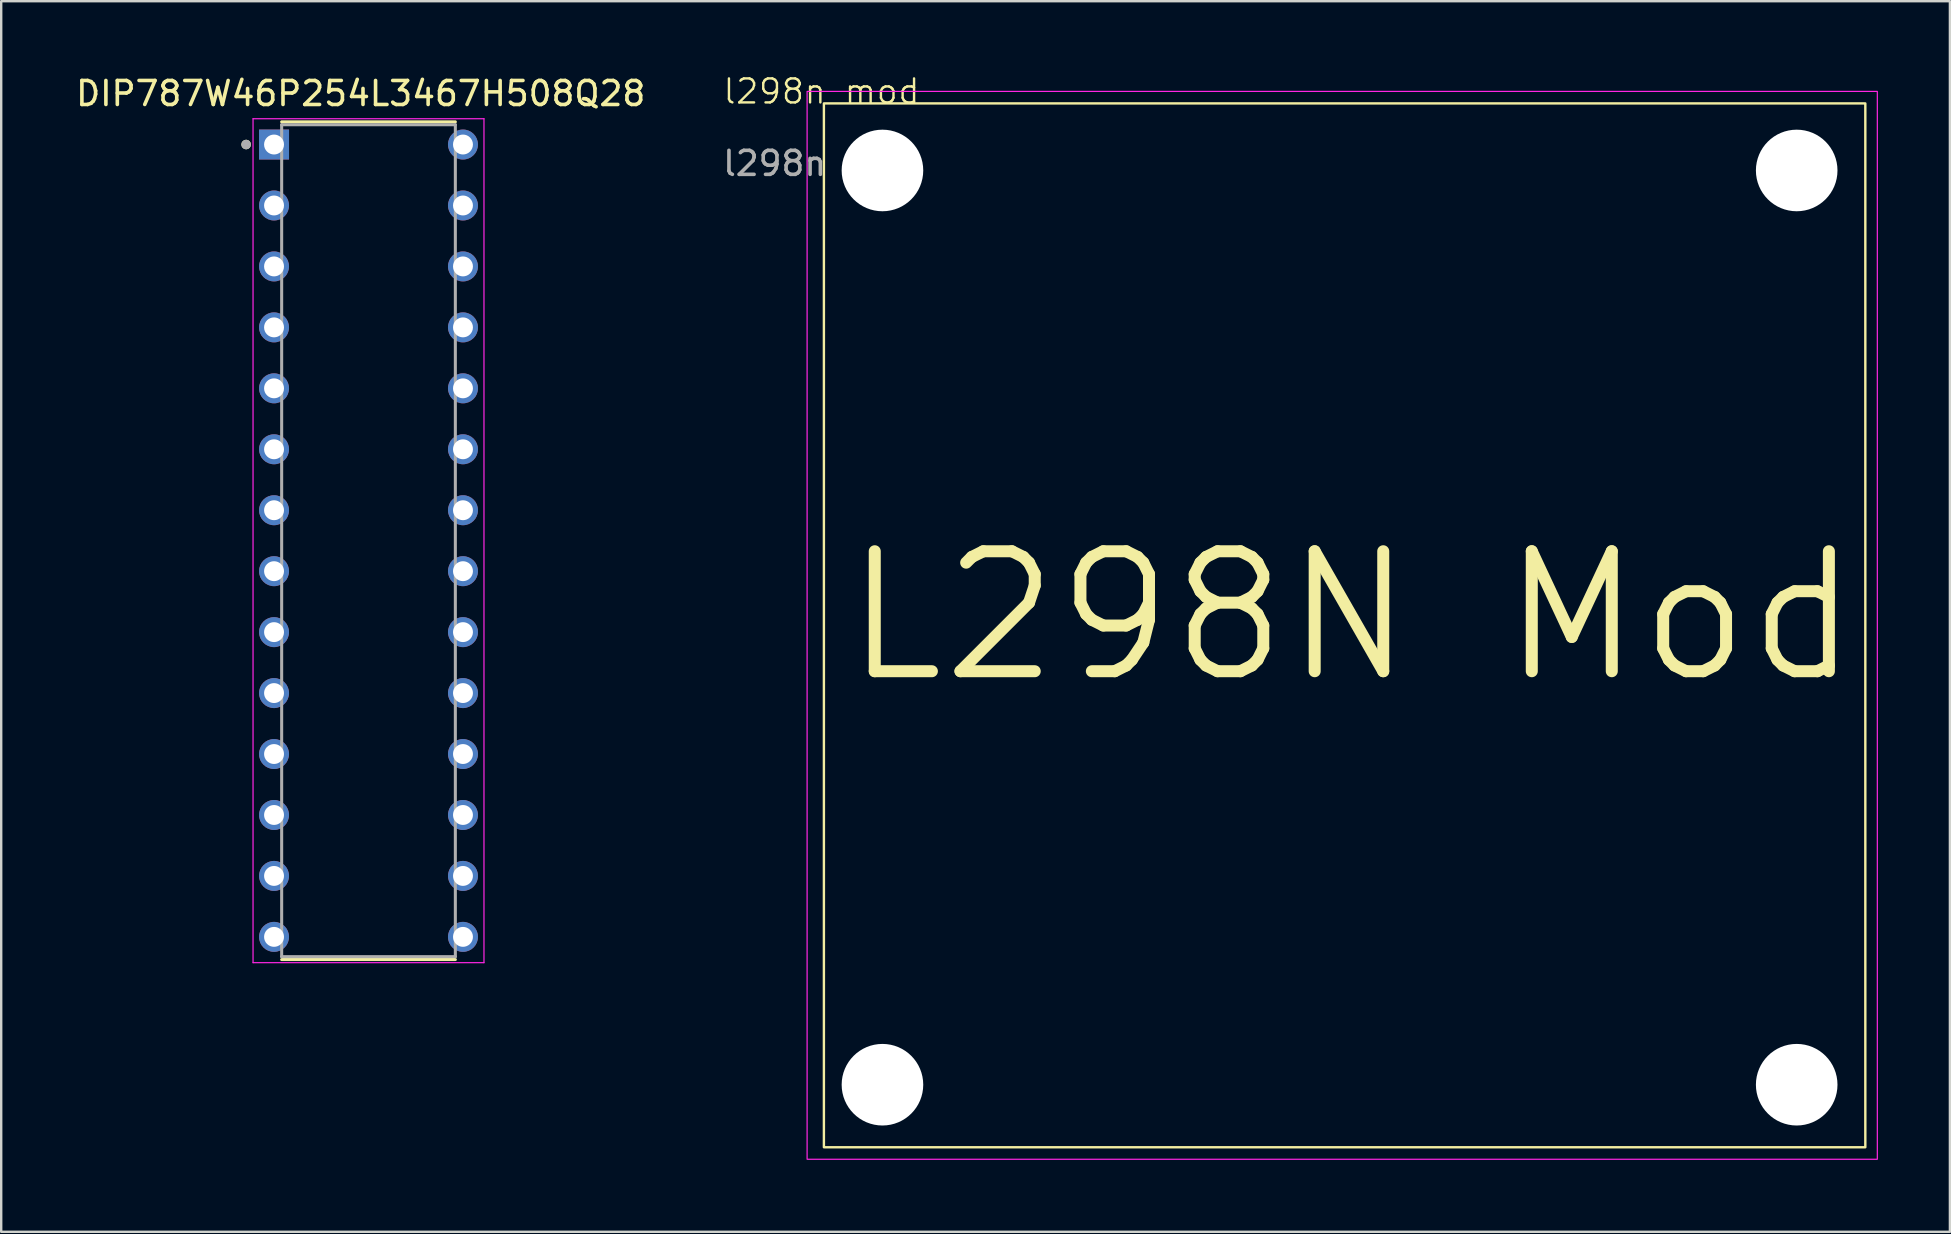
<source format=kicad_pcb>
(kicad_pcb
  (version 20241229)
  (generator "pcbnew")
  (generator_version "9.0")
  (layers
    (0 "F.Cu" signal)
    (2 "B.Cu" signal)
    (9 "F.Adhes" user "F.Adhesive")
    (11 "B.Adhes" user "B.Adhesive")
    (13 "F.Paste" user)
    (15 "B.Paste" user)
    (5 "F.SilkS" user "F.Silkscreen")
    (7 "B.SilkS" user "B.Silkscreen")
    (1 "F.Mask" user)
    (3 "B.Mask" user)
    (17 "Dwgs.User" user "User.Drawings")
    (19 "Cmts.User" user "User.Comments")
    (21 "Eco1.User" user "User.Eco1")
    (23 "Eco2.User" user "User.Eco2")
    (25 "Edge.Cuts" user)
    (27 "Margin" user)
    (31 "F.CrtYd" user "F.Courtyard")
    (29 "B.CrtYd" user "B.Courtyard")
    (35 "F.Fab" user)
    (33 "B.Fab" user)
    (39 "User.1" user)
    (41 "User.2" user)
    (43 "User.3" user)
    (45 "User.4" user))
  (footprint "l298n mod"
    (layer "F.Cu")
    (at 31.185 1.26)
    (property "Reference" "l298n mod" (at 0 -0.5 0) (unlocked yes) (layer "F.SilkS") (effects (font (size 1 1) (thickness 0.1))))
    (attr through_hole)
    (fp_rect (start 0.1 0) (end 43.5 43.5) (stroke (width 0.1) (type default)) (fill no) (layer "F.SilkS"))
    (fp_rect (start -0.6 -0.5) (end 44 44) (stroke (width 0.05) (type default)) (fill no) (layer "F.CrtYd"))
    (fp_text user "L298N Mod" (at 0.7 24.3 0) (unlocked yes) (layer "F.SilkS") (effects (font (size 5 5) (thickness 0.5)) (justify left bottom)))
    (fp_text user "${REFERENCE}" (at 0 2.5 0) (unlocked yes) (layer "F.Fab") (effects (font (size 1 1) (thickness 0.15))))
    (pad "" np_thru_hole circle (at 2.54 2.794 180) (size 3.4 3.4) (drill 3.4) (layers "*.Cu" "*.Mask"))
    (pad "" np_thru_hole circle (at 2.54 40.894 180) (size 3.4 3.4) (drill 3.4) (layers "*.Cu" "*.Mask"))
    (pad "" np_thru_hole circle (at 40.64 2.794 180) (size 3.4 3.4) (drill 3.4) (layers "*.Cu" "*.Mask"))
    (pad "" np_thru_hole circle (at 40.64 40.894 180) (size 3.4 3.4) (drill 3.4) (layers "*.Cu" "*.Mask")))
  (footprint "DIP787W46P254L3467H508Q28"
    (layer "F.Cu")
    (at 12.307 19.483)
    (property "Reference" "DIP787W46P254L3467H508Q28" (at -0.325 -18.635 0) (layer "F.SilkS") (effects (font (size 1 1) (thickness 0.15))))
    (attr through_hole)
    (fp_line (start -3.619 -17.455) (end 3.619 -17.455) (stroke (width 0.127) (type solid)) (layer "F.SilkS"))
    (fp_line (start -3.619 17.455) (end 3.619 17.455) (stroke (width 0.127) (type solid)) (layer "F.SilkS"))
    (fp_circle (center -5.1 -16.51) (end -5 -16.51) (stroke (width 0.2) (type solid)) (fill no) (layer "F.SilkS"))
    (fp_line (start -4.812 -17.585) (end -4.812 17.585) (stroke (width 0.05) (type solid)) (layer "F.CrtYd"))
    (fp_line (start 4.812 -17.585) (end -4.812 -17.585) (stroke (width 0.05) (type solid)) (layer "F.CrtYd"))
    (fp_line (start 4.812 -17.585) (end 4.812 17.585) (stroke (width 0.05) (type solid)) (layer "F.CrtYd"))
    (fp_line (start 4.812 17.585) (end -4.812 17.585) (stroke (width 0.05) (type solid)) (layer "F.CrtYd"))
    (fp_line (start -3.619 -17.335) (end -3.619 17.335) (stroke (width 0.127) (type solid)) (layer "F.Fab"))
    (fp_line (start -3.619 -17.335) (end 3.619 -17.335) (stroke (width 0.127) (type solid)) (layer "F.Fab"))
    (fp_line (start -3.619 17.335) (end 3.619 17.335) (stroke (width 0.127) (type solid)) (layer "F.Fab"))
    (fp_line (start 3.619 -17.335) (end 3.619 17.335) (stroke (width 0.127) (type solid)) (layer "F.Fab"))
    (fp_circle (center -5.1 -16.51) (end -5 -16.51) (stroke (width 0.2) (type solid)) (fill no) (layer "F.Fab"))
    (pad "1" thru_hole rect (at -3.937 -16.51) (size 1.25 1.25) (drill 0.83) (layers "*.Cu" "*.Mask"))
    (pad "2" thru_hole circle (at -3.937 -13.97) (size 1.25 1.25) (drill 0.83) (layers "*.Cu" "*.Mask"))
    (pad "3" thru_hole circle (at -3.937 -11.43) (size 1.25 1.25) (drill 0.83) (layers "*.Cu" "*.Mask"))
    (pad "4" thru_hole circle (at -3.937 -8.89) (size 1.25 1.25) (drill 0.83) (layers "*.Cu" "*.Mask"))
    (pad "5" thru_hole circle (at -3.937 -6.35) (size 1.25 1.25) (drill 0.83) (layers "*.Cu" "*.Mask"))
    (pad "6" thru_hole circle (at -3.937 -3.81) (size 1.25 1.25) (drill 0.83) (layers "*.Cu" "*.Mask"))
    (pad "7" thru_hole circle (at -3.937 -1.27) (size 1.25 1.25) (drill 0.83) (layers "*.Cu" "*.Mask"))
    (pad "8" thru_hole circle (at -3.937 1.27) (size 1.25 1.25) (drill 0.83) (layers "*.Cu" "*.Mask"))
    (pad "9" thru_hole circle (at -3.937 3.81) (size 1.25 1.25) (drill 0.83) (layers "*.Cu" "*.Mask"))
    (pad "10" thru_hole circle (at -3.937 6.35) (size 1.25 1.25) (drill 0.83) (layers "*.Cu" "*.Mask"))
    (pad "11" thru_hole circle (at -3.937 8.89) (size 1.25 1.25) (drill 0.83) (layers "*.Cu" "*.Mask"))
    (pad "12" thru_hole circle (at -3.937 11.43) (size 1.25 1.25) (drill 0.83) (layers "*.Cu" "*.Mask"))
    (pad "13" thru_hole circle (at -3.937 13.97) (size 1.25 1.25) (drill 0.83) (layers "*.Cu" "*.Mask"))
    (pad "14" thru_hole circle (at -3.937 16.51) (size 1.25 1.25) (drill 0.83) (layers "*.Cu" "*.Mask"))
    (pad "15" thru_hole circle (at 3.937 16.51) (size 1.25 1.25) (drill 0.83) (layers "*.Cu" "*.Mask"))
    (pad "16" thru_hole circle (at 3.937 13.97) (size 1.25 1.25) (drill 0.83) (layers "*.Cu" "*.Mask"))
    (pad "17" thru_hole circle (at 3.937 11.43) (size 1.25 1.25) (drill 0.83) (layers "*.Cu" "*.Mask"))
    (pad "18" thru_hole circle (at 3.937 8.89) (size 1.25 1.25) (drill 0.83) (layers "*.Cu" "*.Mask"))
    (pad "19" thru_hole circle (at 3.937 6.35) (size 1.25 1.25) (drill 0.83) (layers "*.Cu" "*.Mask"))
    (pad "20" thru_hole circle (at 3.937 3.81) (size 1.25 1.25) (drill 0.83) (layers "*.Cu" "*.Mask"))
    (pad "21" thru_hole circle (at 3.937 1.27) (size 1.25 1.25) (drill 0.83) (layers "*.Cu" "*.Mask"))
    (pad "22" thru_hole circle (at 3.937 -1.27) (size 1.25 1.25) (drill 0.83) (layers "*.Cu" "*.Mask"))
    (pad "23" thru_hole circle (at 3.937 -3.81) (size 1.25 1.25) (drill 0.83) (layers "*.Cu" "*.Mask"))
    (pad "24" thru_hole circle (at 3.937 -6.35) (size 1.25 1.25) (drill 0.83) (layers "*.Cu" "*.Mask"))
    (pad "25" thru_hole circle (at 3.937 -8.89) (size 1.25 1.25) (drill 0.83) (layers "*.Cu" "*.Mask"))
    (pad "26" thru_hole circle (at 3.937 -11.43) (size 1.25 1.25) (drill 0.83) (layers "*.Cu" "*.Mask"))
    (pad "27" thru_hole circle (at 3.937 -13.97) (size 1.25 1.25) (drill 0.83) (layers "*.Cu" "*.Mask"))
    (pad "28" thru_hole circle (at 3.937 -16.51) (size 1.25 1.25) (drill 0.83) (layers "*.Cu" "*.Mask")))
  (gr_rect
    (start -3 -3)
    (end 78.21 48.285)
    (stroke (width 0.1) (type default))
    (fill no)
    (layer "Edge.Cuts")))
</source>
